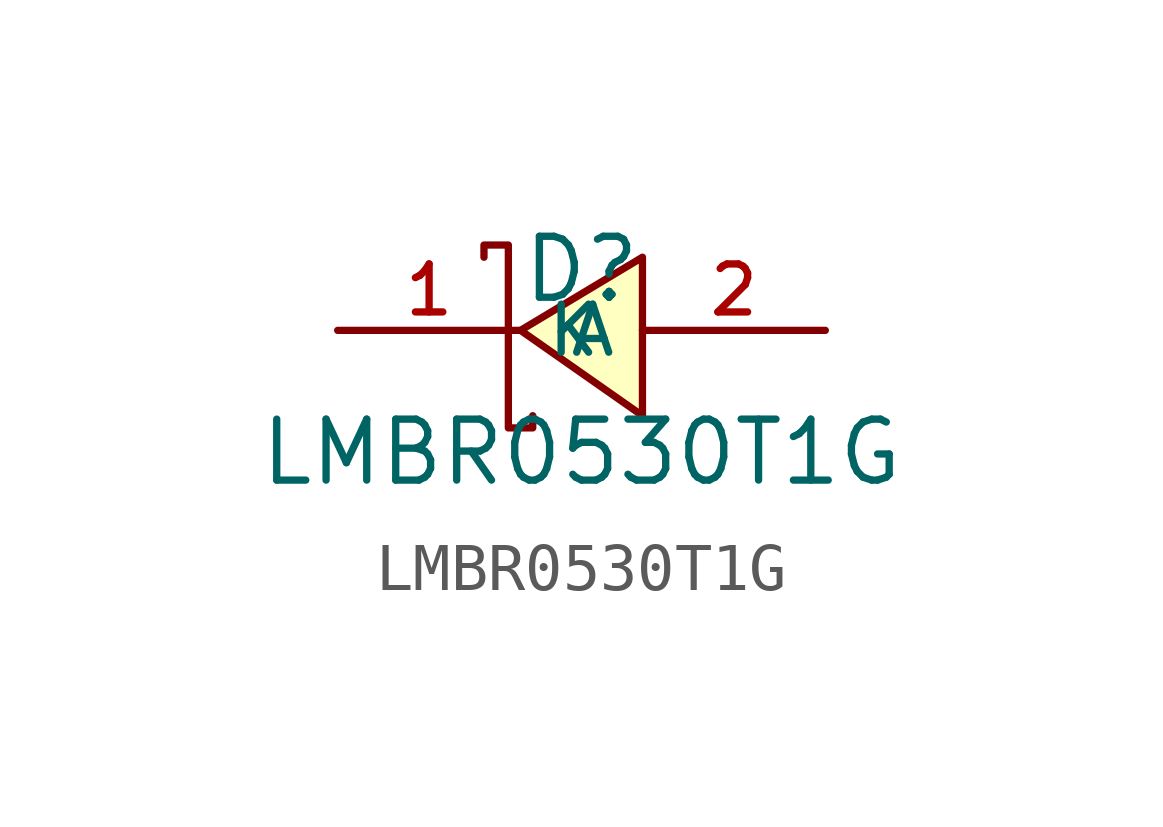
<source format=kicad_sym>
(kicad_symbol_lib
  (version 20210201)
  (generator TousstNicolas/JLC2KiCad_lib)
  (symbol "LMBR0530T1G"
    (property "Reference" "D"
      (at 0 1.27 0)
      (effects (font (size 1.27 1.27))))
    (property "Value" "LMBR0530T1G"
      (at 0 -2.54 0)
      (effects (font (size 1.27 1.27))))
    (symbol "LMBR0530T1G_0_1"
      (pin unspecified line (at 5.08 -0.0 180) (length 3.81) (name "A" (effects (font (size 1 1)))) (number "2" (effects (font (size 1 1)))))
      (pin unspecified line (at -5.08 -0.0 0) (length 3.81) (name "K" (effects (font (size 1 1)))) (number "1" (effects (font (size 1 1)))))
      (polyline (pts (xy -2.032 1.524) (xy -2.032 1.778) (xy -1.524 1.778) (xy -1.524 -2.032) (xy -1.016 -2.032) (xy -1.016 -1.778)) (stroke (width 0) (type default) (color 0 0 0 0)) (fill (type none)))
      (polyline (pts (xy 1.27 1.524) (xy -1.27 -0.0) (xy 1.27 -1.778) (xy 1.27 1.524)) (stroke (width 0) (type default) (color 0 0 0 0)) (fill (type background))))))
</source>
